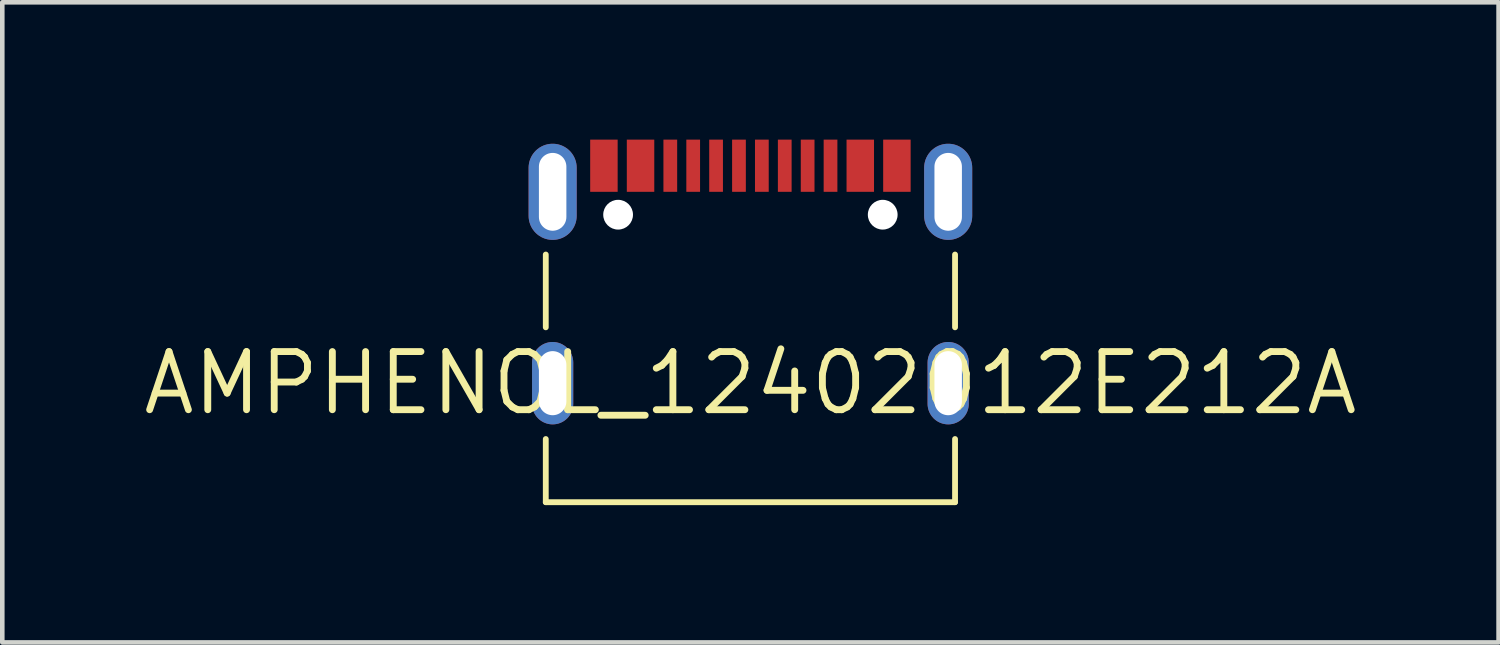
<source format=kicad_pcb>
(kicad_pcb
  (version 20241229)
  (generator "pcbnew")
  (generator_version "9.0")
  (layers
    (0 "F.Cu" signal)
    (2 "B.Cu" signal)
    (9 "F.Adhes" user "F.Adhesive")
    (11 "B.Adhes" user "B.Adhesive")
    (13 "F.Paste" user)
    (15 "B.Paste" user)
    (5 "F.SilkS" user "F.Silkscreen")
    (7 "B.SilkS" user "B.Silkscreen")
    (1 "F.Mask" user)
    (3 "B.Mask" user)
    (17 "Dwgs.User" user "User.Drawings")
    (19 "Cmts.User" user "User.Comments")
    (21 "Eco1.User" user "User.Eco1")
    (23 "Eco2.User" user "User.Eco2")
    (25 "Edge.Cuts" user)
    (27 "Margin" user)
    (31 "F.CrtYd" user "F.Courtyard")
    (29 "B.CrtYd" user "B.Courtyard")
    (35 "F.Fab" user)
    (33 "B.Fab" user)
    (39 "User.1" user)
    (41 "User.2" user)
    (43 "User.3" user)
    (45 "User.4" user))
  (footprint "AMPHENOL_12402012E212A"
    (layer "F.Cu")
    (at 13.342 5.32)
    (property "Reference" "AMPHENOL_12402012E212A" (at 0 0 0) (layer "F.SilkS") (effects (font (size 1.27 1.27) (thickness 0.15))))
    (fp_line (start -4.47 -2.81) (end -4.47 -1.22) (stroke (width 0.127) (type solid)) (layer "F.SilkS"))
    (fp_line (start -4.47 1.22) (end -4.47 2.6) (stroke (width 0.127) (type solid)) (layer "F.SilkS"))
    (fp_line (start 4.47 -2.81) (end 4.47 -1.22) (stroke (width 0.127) (type solid)) (layer "F.SilkS"))
    (fp_line (start 4.47 1.22) (end 4.47 2.6) (stroke (width 0.127) (type solid)) (layer "F.SilkS"))
    (fp_line (start 4.47 2.6) (end -4.47 2.6) (stroke (width 0.127) (type solid)) (layer "F.SilkS"))
    (pad "" np_thru_hole circle (at -2.89 -3.68) (size 0.65 0.65) (drill 0.65) (layers "*.Cu" "*.Mask"))
    (pad "" np_thru_hole circle (at 2.89 -3.68) (size 0.65 0.65) (drill 0.65) (layers "*.Cu" "*.Mask"))
    (pad "A1_B12" smd rect (at -3.2 -4.75) (size 0.6 1.14) (layers "F.Cu" "F.Mask" "F.Paste"))
    (pad "A4_B9" smd rect (at -2.4 -4.75) (size 0.6 1.14) (layers "F.Cu" "F.Mask" "F.Paste"))
    (pad "A5" smd rect (at -1.25 -4.75) (size 0.3 1.14) (layers "F.Cu" "F.Mask" "F.Paste"))
    (pad "A6" smd rect (at -0.25 -4.75) (size 0.3 1.14) (layers "F.Cu" "F.Mask" "F.Paste"))
    (pad "A7" smd rect (at 0.25 -4.75) (size 0.3 1.14) (layers "F.Cu" "F.Mask" "F.Paste"))
    (pad "A8" smd rect (at 1.25 -4.75) (size 0.3 1.14) (layers "F.Cu" "F.Mask" "F.Paste"))
    (pad "B1_A12" smd rect (at 3.2 -4.75) (size 0.6 1.14) (layers "F.Cu" "F.Mask" "F.Paste"))
    (pad "B4_A9" smd rect (at 2.4 -4.75) (size 0.6 1.14) (layers "F.Cu" "F.Mask" "F.Paste"))
    (pad "B5" smd rect (at 1.75 -4.75) (size 0.3 1.14) (layers "F.Cu" "F.Mask" "F.Paste"))
    (pad "B6" smd rect (at 0.75 -4.75) (size 0.3 1.14) (layers "F.Cu" "F.Mask" "F.Paste"))
    (pad "B7" smd rect (at -0.75 -4.75) (size 0.3 1.14) (layers "F.Cu" "F.Mask" "F.Paste"))
    (pad "B8" smd rect (at -1.75 -4.75) (size 0.3 1.14) (layers "F.Cu" "F.Mask" "F.Paste"))
    (pad "SH1" thru_hole oval (at -4.32 -4.18 90) (size 2.1 1.05) (drill oval 1.7 0.6) (layers "*.Cu" "*.Mask"))
    (pad "SH2" thru_hole oval (at 4.32 -4.18 90) (size 2.1 1.05) (drill oval 1.7 0.6) (layers "*.Cu" "*.Mask"))
    (pad "SH3" thru_hole oval (at -4.32 0 90) (size 1.8 0.9) (drill oval 1.4 0.6) (layers "*.Cu" "*.Mask"))
    (pad "SH4" thru_hole oval (at 4.32 0 90) (size 1.8 0.9) (drill oval 1.4 0.6) (layers "*.Cu" "*.Mask")))
  (gr_rect
    (start -3 -3)
    (end 29.685 10.983)
    (stroke (width 0.1) (type default))
    (fill no)
    (layer "Edge.Cuts")))
</source>
